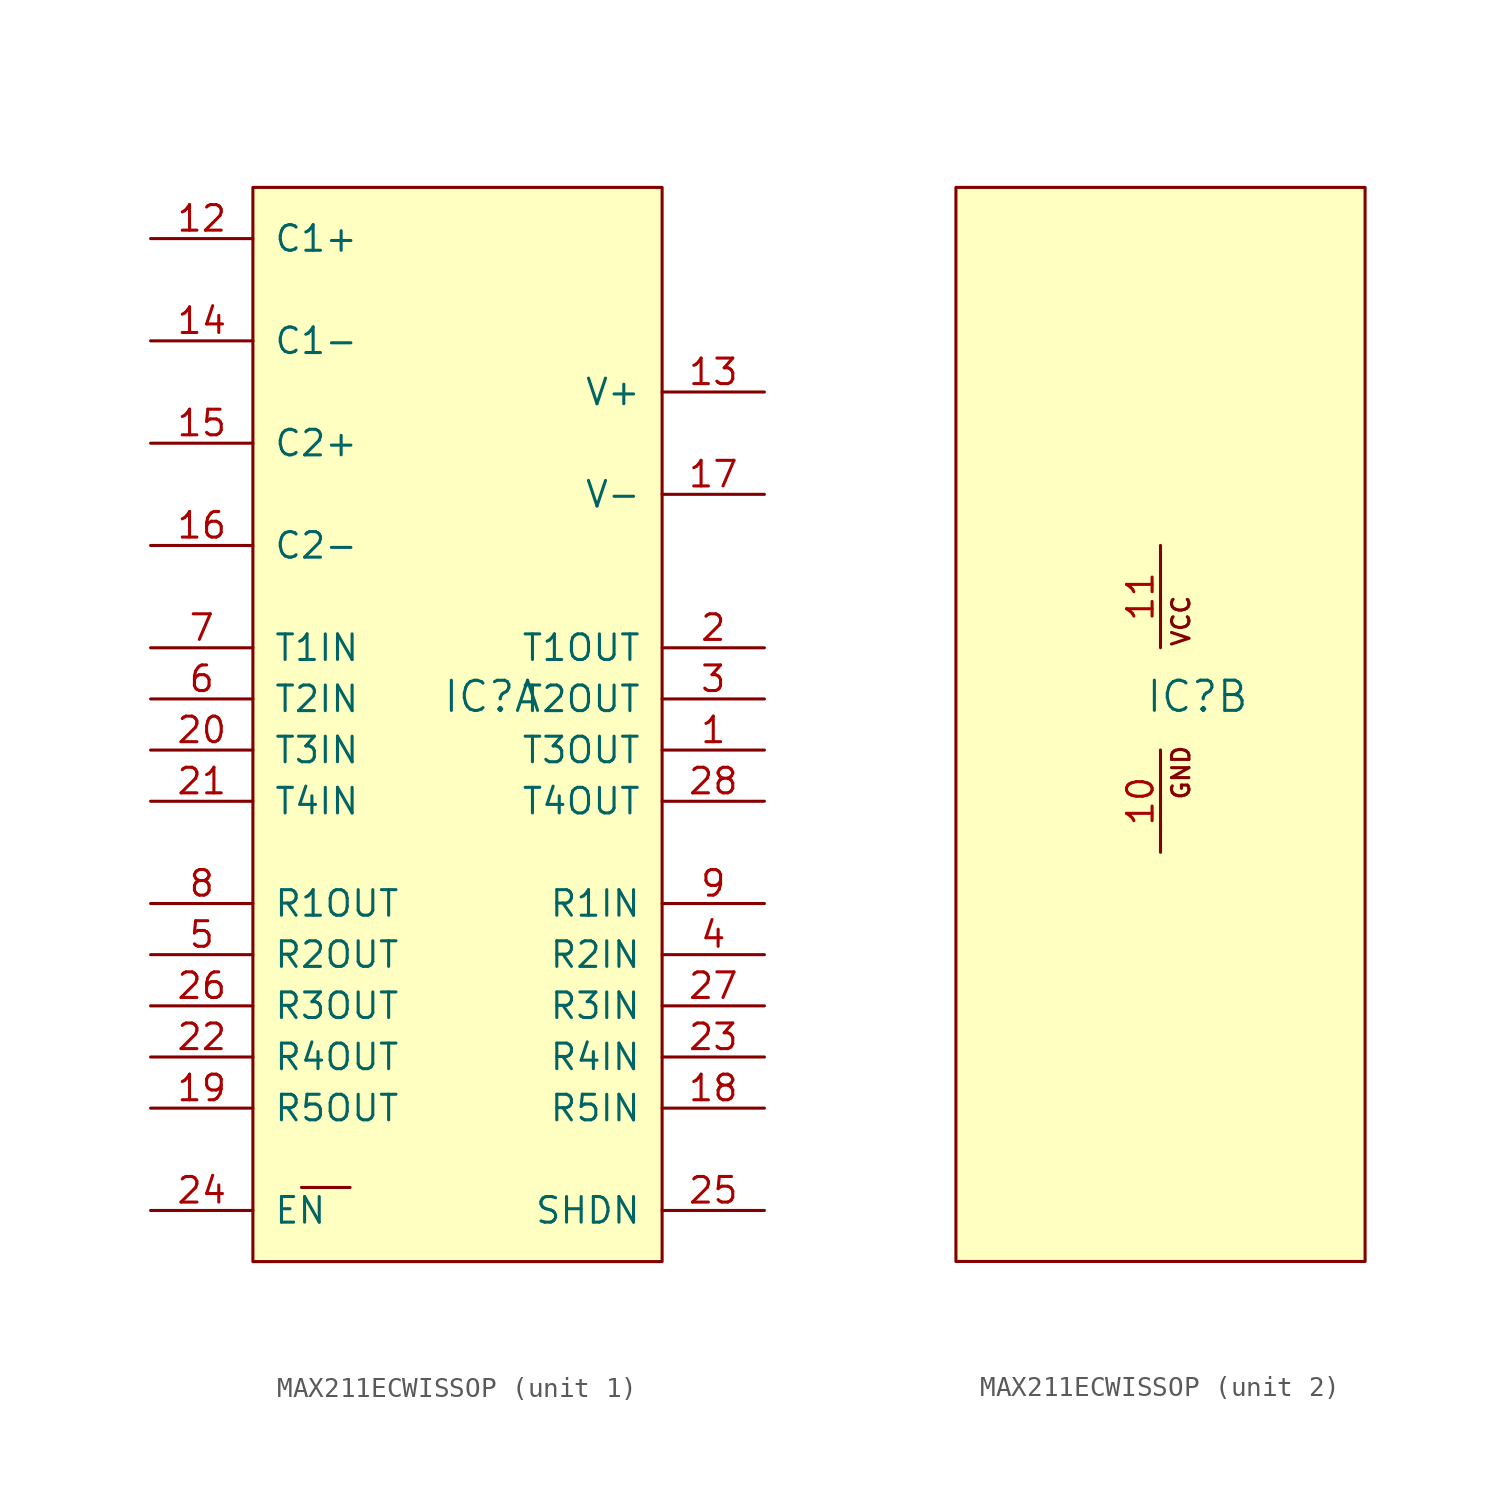
<source format=kicad_sym>
(kicad_symbol_lib
  (version 20231120)
  (generator "kicad_symbol_editor")
  (generator_version "8.0")
  (symbol "MAX211ECWISSOP"
    (pin_names
      (offset 1.016))
    (property "Reference" "IC"
      (at -0.762 -0.762 0)
      (effects (font (size 1.499 1.499)) (justify left bottom)))
    (property "ki_locked" ""
      (at 0 0 0)
      (effects (font (size 1.27 1.27))))
    (symbol "MAX211ECWISSOP_0_1"
      (rectangle (start -10.16 25.4) (end 10.16 -27.94) (stroke (width 0) (type default)) (fill (type background))))
    (symbol "MAX211ECWISSOP_1_0"
      (polyline (pts (xy -7.747 -24.257) (xy -5.334 -24.257)) (stroke (width 0) (type solid)) (fill (type none)))
      (pin output line (at 15.24 -2.54 180) (length 5.08) (name "T3OUT" (effects (font (size 1.27 1.27)))) (number "1" (effects (font (size 1.27 1.27)))))
      (pin passive line (at -15.24 22.86 0) (length 5.08) (name "C1+" (effects (font (size 1.27 1.27)))) (number "12" (effects (font (size 1.27 1.27)))))
      (pin passive line (at 15.24 15.24 180) (length 5.08) (name "V+" (effects (font (size 1.27 1.27)))) (number "13" (effects (font (size 1.27 1.27)))))
      (pin passive line (at -15.24 17.78 0) (length 5.08) (name "C1-" (effects (font (size 1.27 1.27)))) (number "14" (effects (font (size 1.27 1.27)))))
      (pin passive line (at -15.24 12.7 0) (length 5.08) (name "C2+" (effects (font (size 1.27 1.27)))) (number "15" (effects (font (size 1.27 1.27)))))
      (pin passive line (at -15.24 7.62 0) (length 5.08) (name "C2-" (effects (font (size 1.27 1.27)))) (number "16" (effects (font (size 1.27 1.27)))))
      (pin passive line (at 15.24 10.16 180) (length 5.08) (name "V-" (effects (font (size 1.27 1.27)))) (number "17" (effects (font (size 1.27 1.27)))))
      (pin input line (at 15.24 -20.32 180) (length 5.08) (name "R5IN" (effects (font (size 1.27 1.27)))) (number "18" (effects (font (size 1.27 1.27)))))
      (pin output line (at -15.24 -20.32 0) (length 5.08) (name "R5OUT" (effects (font (size 1.27 1.27)))) (number "19" (effects (font (size 1.27 1.27)))))
      (pin output line (at 15.24 2.54 180) (length 5.08) (name "T1OUT" (effects (font (size 1.27 1.27)))) (number "2" (effects (font (size 1.27 1.27)))))
      (pin input line (at -15.24 -2.54 0) (length 5.08) (name "T3IN" (effects (font (size 1.27 1.27)))) (number "20" (effects (font (size 1.27 1.27)))))
      (pin input line (at -15.24 -5.08 0) (length 5.08) (name "T4IN" (effects (font (size 1.27 1.27)))) (number "21" (effects (font (size 1.27 1.27)))))
      (pin output line (at -15.24 -17.78 0) (length 5.08) (name "R4OUT" (effects (font (size 1.27 1.27)))) (number "22" (effects (font (size 1.27 1.27)))))
      (pin input line (at 15.24 -17.78 180) (length 5.08) (name "R4IN" (effects (font (size 1.27 1.27)))) (number "23" (effects (font (size 1.27 1.27)))))
      (pin input line (at -15.24 -25.4 0) (length 5.08) (name "EN" (effects (font (size 1.27 1.27)))) (number "24" (effects (font (size 1.27 1.27)))))
      (pin input line (at 15.24 -25.4 180) (length 5.08) (name "SHDN" (effects (font (size 1.27 1.27)))) (number "25" (effects (font (size 1.27 1.27)))))
      (pin output line (at -15.24 -15.24 0) (length 5.08) (name "R3OUT" (effects (font (size 1.27 1.27)))) (number "26" (effects (font (size 1.27 1.27)))))
      (pin input line (at 15.24 -15.24 180) (length 5.08) (name "R3IN" (effects (font (size 1.27 1.27)))) (number "27" (effects (font (size 1.27 1.27)))))
      (pin output line (at 15.24 -5.08 180) (length 5.08) (name "T4OUT" (effects (font (size 1.27 1.27)))) (number "28" (effects (font (size 1.27 1.27)))))
      (pin output line (at 15.24 0 180) (length 5.08) (name "T2OUT" (effects (font (size 1.27 1.27)))) (number "3" (effects (font (size 1.27 1.27)))))
      (pin input line (at 15.24 -12.7 180) (length 5.08) (name "R2IN" (effects (font (size 1.27 1.27)))) (number "4" (effects (font (size 1.27 1.27)))))
      (pin output line (at -15.24 -12.7 0) (length 5.08) (name "R2OUT" (effects (font (size 1.27 1.27)))) (number "5" (effects (font (size 1.27 1.27)))))
      (pin input line (at -15.24 0 0) (length 5.08) (name "T2IN" (effects (font (size 1.27 1.27)))) (number "6" (effects (font (size 1.27 1.27)))))
      (pin input line (at -15.24 2.54 0) (length 5.08) (name "T1IN" (effects (font (size 1.27 1.27)))) (number "7" (effects (font (size 1.27 1.27)))))
      (pin output line (at -15.24 -10.16 0) (length 5.08) (name "R1OUT" (effects (font (size 1.27 1.27)))) (number "8" (effects (font (size 1.27 1.27)))))
      (pin input line (at 15.24 -10.16 180) (length 5.08) (name "R1IN" (effects (font (size 1.27 1.27)))) (number "9" (effects (font (size 1.27 1.27))))))
    (symbol "MAX211ECWISSOP_2_0"
      (text "GND" (at 1.524 -5.08 900) (effects (font (size 0.864 0.864)) (justify left bottom)))
      (text "VCC" (at 1.524 2.54 900) (effects (font (size 0.864 0.864)) (justify left bottom)))
      (pin power_in line (at 0 -7.62 90) (length 5.08) (name "GND" (effects (font (size 0 0)))) (number "10" (effects (font (size 1.27 1.27)))))
      (pin power_in line (at 0 7.62 270) (length 5.08) (name "VCC" (effects (font (size 0 0)))) (number "11" (effects (font (size 1.27 1.27))))))))
</source>
